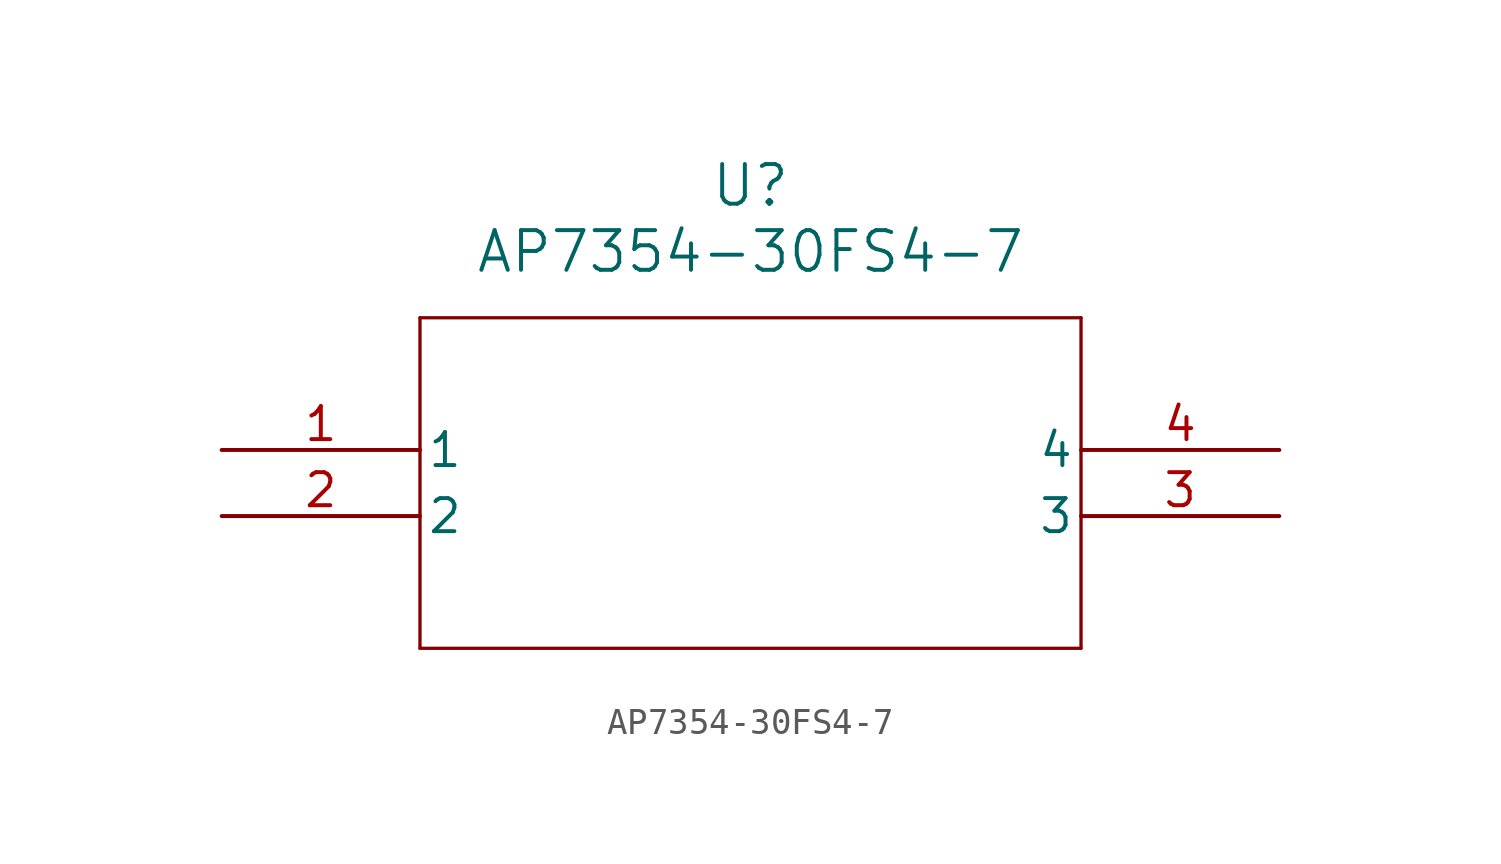
<source format=kicad_sym>
(kicad_symbol_lib
  (version 20211014)
  (generator kicad_symbol_editor)
  (symbol "AP7354-30FS4-7"
    (pin_names
      (offset 0.254))
    (property "Reference" "U"
      (at 20.32 10.16 0)
      (effects (font (size 1.524 1.524))))
    (property "Value" "AP7354-30FS4-7"
      (at 20.32 7.62 0)
      (effects (font (size 1.524 1.524))))
    (symbol "AP7354-30FS4-7_0_1"
      (polyline (pts (xy 7.62 5.08) (xy 7.62 -7.62)) (stroke (width 0.127) (type default) (color 0 0 0 0)) (fill (type none)))
      (polyline (pts (xy 7.62 -7.62) (xy 33.02 -7.62)) (stroke (width 0.127) (type default) (color 0 0 0 0)) (fill (type none)))
      (polyline (pts (xy 33.02 -7.62) (xy 33.02 5.08)) (stroke (width 0.127) (type default) (color 0 0 0 0)) (fill (type none)))
      (polyline (pts (xy 33.02 5.08) (xy 7.62 5.08)) (stroke (width 0.127) (type default) (color 0 0 0 0)) (fill (type none)))
      (pin unspecified line (at 0 0 0) (length 7.62) (name "1" (effects (font (size 1.27 1.27)))) (number "1" (effects (font (size 1.27 1.27)))))
      (pin unspecified line (at 0 -2.54 0) (length 7.62) (name "2" (effects (font (size 1.27 1.27)))) (number "2" (effects (font (size 1.27 1.27)))))
      (pin unspecified line (at 40.64 -2.54 180) (length 7.62) (name "3" (effects (font (size 1.27 1.27)))) (number "3" (effects (font (size 1.27 1.27)))))
      (pin unspecified line (at 40.64 0 180) (length 7.62) (name "4" (effects (font (size 1.27 1.27)))) (number "4" (effects (font (size 1.27 1.27))))))))
</source>
